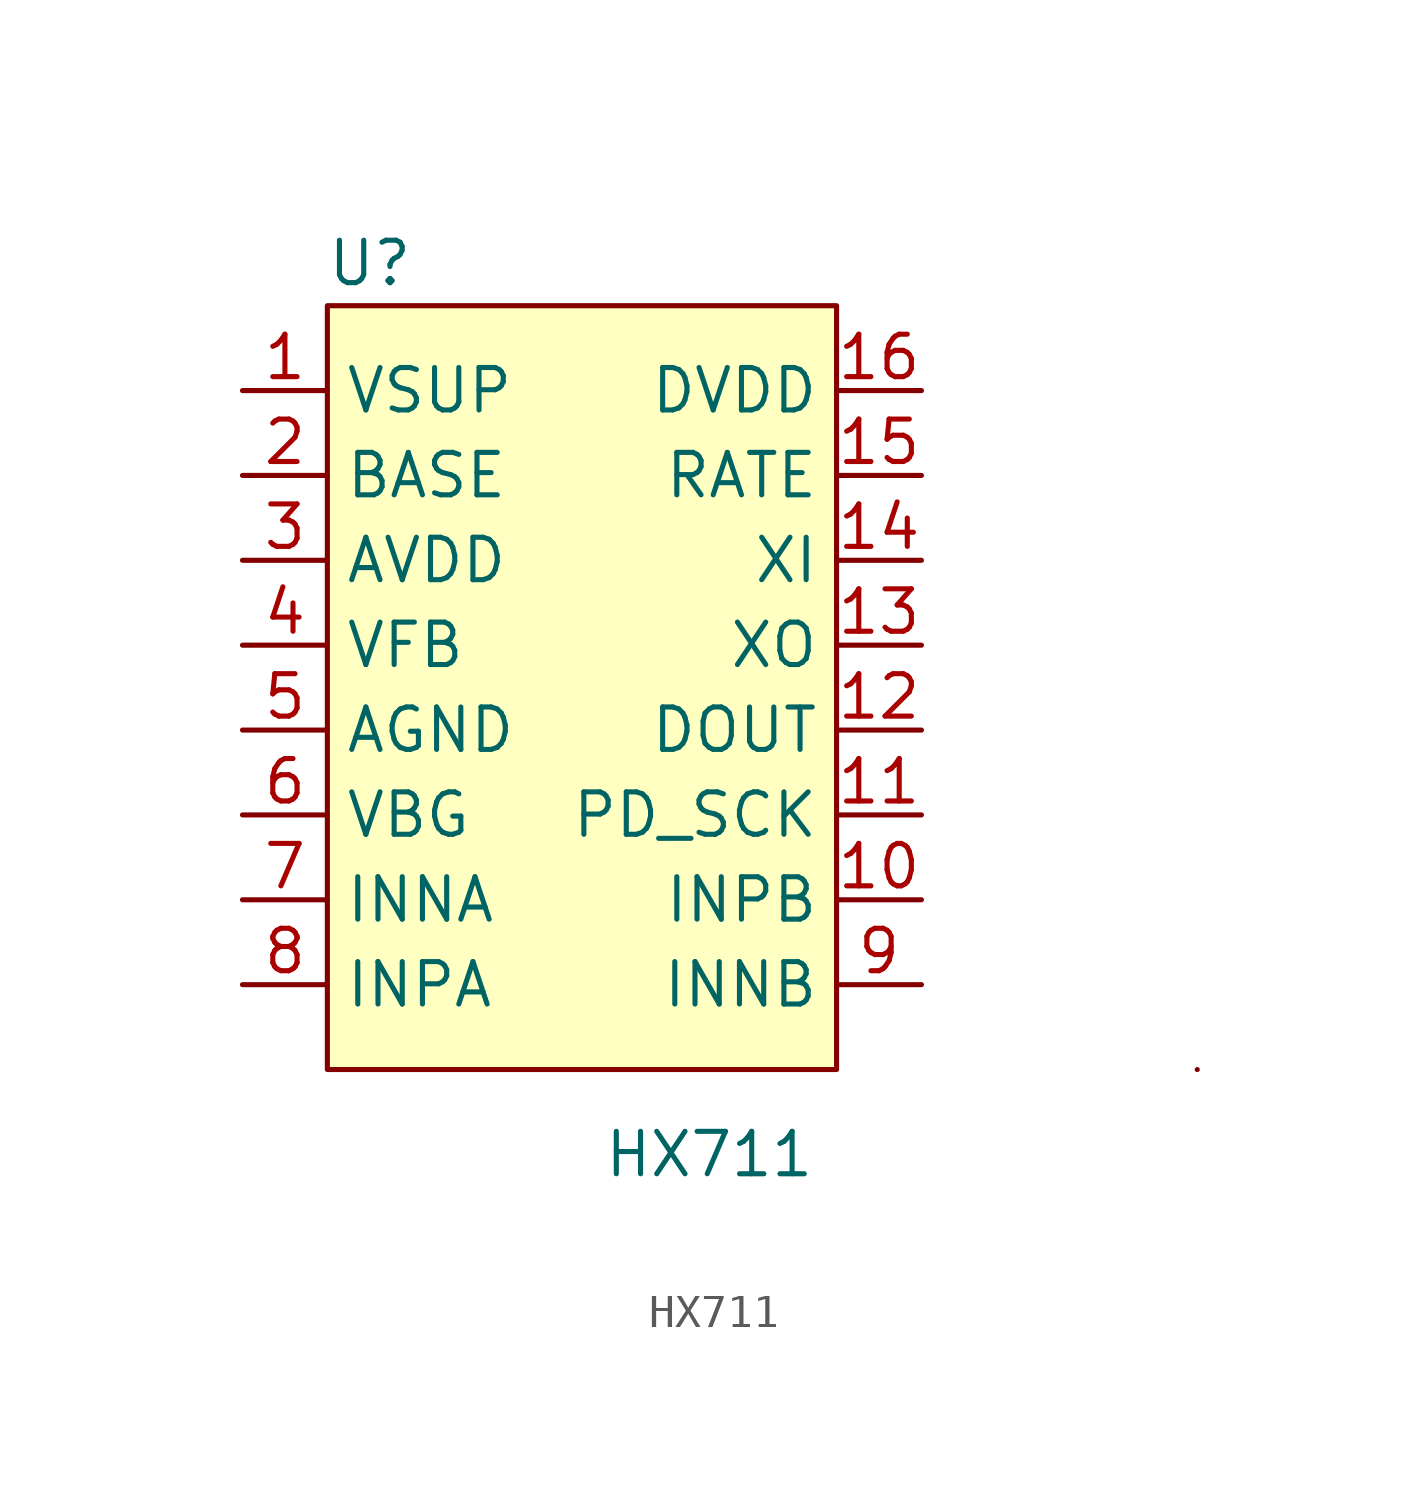
<source format=kicad_sym>
(kicad_symbol_lib
  (version 20211014)
  (generator kicad_symbol_editor)
  (symbol "HX711"
    (property "Reference" "U"
      (at -6.35 12.7 0)
      (effects (font (size 1.27 1.27))))
    (property "Value" "HX711"
      (at 3.81 -13.97 0)
      (effects (font (size 1.27 1.27))))
    (symbol "HX711_0_1"
      (rectangle (start -7.62 11.43) (end 7.62 -11.43) (stroke (width 0) (type default) (color 0 0 0 0)) (fill (type background)))
      (rectangle (start 18.415 -11.43) (end 18.415 -11.43) (stroke (width 0) (type default) (color 0 0 0 0)) (fill (type none))))
    (symbol "HX711_1_1"
      (pin input line (at -10.16 8.89 0) (length 2.54) (name "VSUP" (effects (font (size 1.27 1.27)))) (number "1" (effects (font (size 1.27 1.27)))))
      (pin input line (at 10.16 -6.35 180) (length 2.54) (name "INPB" (effects (font (size 1.27 1.27)))) (number "10" (effects (font (size 1.27 1.27)))))
      (pin input line (at 10.16 -3.81 180) (length 2.54) (name "PD_SCK" (effects (font (size 1.27 1.27)))) (number "11" (effects (font (size 1.27 1.27)))))
      (pin output line (at 10.16 -1.27 180) (length 2.54) (name "DOUT" (effects (font (size 1.27 1.27)))) (number "12" (effects (font (size 1.27 1.27)))))
      (pin input line (at 10.16 1.27 180) (length 2.54) (name "XO" (effects (font (size 1.27 1.27)))) (number "13" (effects (font (size 1.27 1.27)))))
      (pin input line (at 10.16 3.81 180) (length 2.54) (name "XI" (effects (font (size 1.27 1.27)))) (number "14" (effects (font (size 1.27 1.27)))))
      (pin input line (at 10.16 6.35 180) (length 2.54) (name "RATE" (effects (font (size 1.27 1.27)))) (number "15" (effects (font (size 1.27 1.27)))))
      (pin input line (at 10.16 8.89 180) (length 2.54) (name "DVDD" (effects (font (size 1.27 1.27)))) (number "16" (effects (font (size 1.27 1.27)))))
      (pin input line (at -10.16 6.35 0) (length 2.54) (name "BASE" (effects (font (size 1.27 1.27)))) (number "2" (effects (font (size 1.27 1.27)))))
      (pin input line (at -10.16 3.81 0) (length 2.54) (name "AVDD" (effects (font (size 1.27 1.27)))) (number "3" (effects (font (size 1.27 1.27)))))
      (pin input line (at -10.16 1.27 0) (length 2.54) (name "VFB" (effects (font (size 1.27 1.27)))) (number "4" (effects (font (size 1.27 1.27)))))
      (pin input line (at -10.16 -1.27 0) (length 2.54) (name "AGND" (effects (font (size 1.27 1.27)))) (number "5" (effects (font (size 1.27 1.27)))))
      (pin input line (at -10.16 -3.81 0) (length 2.54) (name "VBG" (effects (font (size 1.27 1.27)))) (number "6" (effects (font (size 1.27 1.27)))))
      (pin input line (at -10.16 -6.35 0) (length 2.54) (name "INNA" (effects (font (size 1.27 1.27)))) (number "7" (effects (font (size 1.27 1.27)))))
      (pin input line (at -10.16 -8.89 0) (length 2.54) (name "INPA" (effects (font (size 1.27 1.27)))) (number "8" (effects (font (size 1.27 1.27)))))
      (pin input line (at 10.16 -8.89 180) (length 2.54) (name "INNB" (effects (font (size 1.27 1.27)))) (number "9" (effects (font (size 1.27 1.27))))))))
</source>
